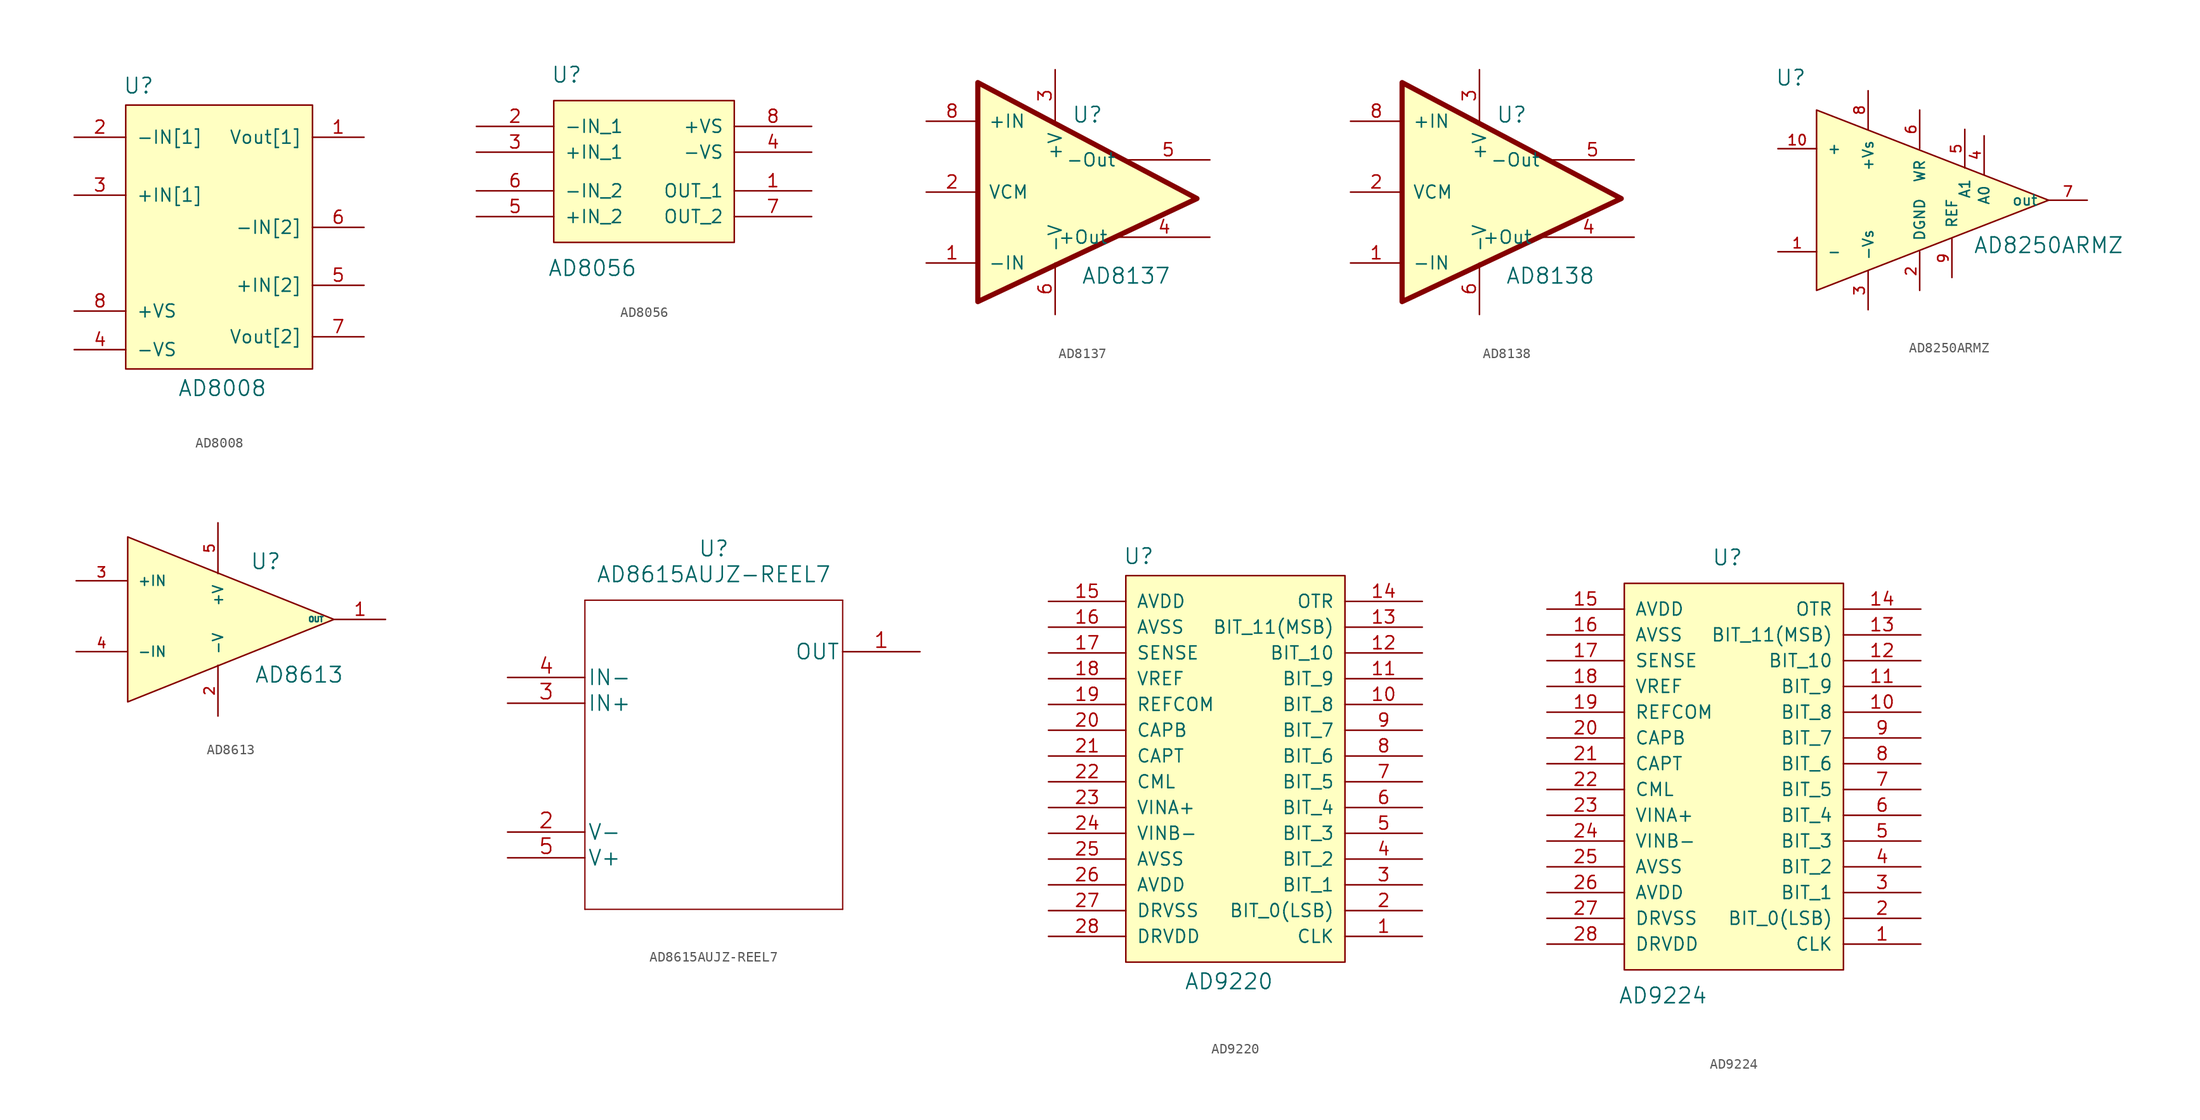
<source format=kicad_sym>
(kicad_symbol_lib
  (version 20220914)
  (generator kicad_symbol_editor)
  (symbol "AD8008"
    (pin_names
      (offset 1.016))
    (property "Reference" "U"
      (at -8.255 8.255 0)
      (effects (font (size 1.524 1.524))))
    (property "Value" "AD8008"
      (at 0 -21.59 0)
      (effects (font (size 1.524 1.524))))
    (symbol "AD8008_0_1"
      (rectangle (start -9.525 6.35) (end 8.89 -19.685) (stroke (width 0) (type solid)) (fill (type background))))
    (symbol "AD8008_1_1"
      (pin passive line (at 13.97 3.175 180) (length 5.08) (name "Vout[1]" (effects (font (size 1.27 1.27)))) (number "1" (effects (font (size 1.27 1.27)))))
      (pin passive line (at -14.605 3.175 0) (length 5.08) (name "-IN[1]" (effects (font (size 1.27 1.27)))) (number "2" (effects (font (size 1.27 1.27)))))
      (pin passive line (at -14.605 -2.54 0) (length 5.08) (name "+IN[1]" (effects (font (size 1.27 1.27)))) (number "3" (effects (font (size 1.27 1.27)))))
      (pin passive line (at -14.605 -17.78 0) (length 5.08) (name "-VS" (effects (font (size 1.27 1.27)))) (number "4" (effects (font (size 1.27 1.27)))))
      (pin passive line (at 13.97 -11.43 180) (length 5.08) (name "+IN[2]" (effects (font (size 1.27 1.27)))) (number "5" (effects (font (size 1.27 1.27)))))
      (pin passive line (at 13.97 -5.715 180) (length 5.08) (name "-IN[2]" (effects (font (size 1.27 1.27)))) (number "6" (effects (font (size 1.27 1.27)))))
      (pin passive line (at 13.97 -16.51 180) (length 5.08) (name "Vout[2]" (effects (font (size 1.27 1.27)))) (number "7" (effects (font (size 1.27 1.27)))))
      (pin passive line (at -14.605 -13.97 0) (length 5.08) (name "+VS" (effects (font (size 1.27 1.27)))) (number "8" (effects (font (size 1.27 1.27)))))))
  (symbol "AD8056"
    (pin_names
      (offset 1.016))
    (property "Reference" "U"
      (at -7.62 10.16 0)
      (effects (font (size 1.524 1.524))))
    (property "Value" "AD8056"
      (at -5.08 -8.89 0)
      (effects (font (size 1.524 1.524))))
    (property "Footprint" ""
      (at -2.54 -3.81 0)
      (effects (font (size 1.524 1.524))))
    (property "Datasheet" ""
      (at -2.54 -3.81 0)
      (effects (font (size 1.524 1.524))))
    (symbol "AD8056_0_1"
      (rectangle (start -8.89 7.62) (end 8.89 -6.35) (stroke (width 0) (type solid)) (fill (type background))))
    (symbol "AD8056_1_1"
      (pin input line (at 16.51 -1.27 180) (length 7.62) (name "OUT_1" (effects (font (size 1.27 1.27)))) (number "1" (effects (font (size 1.27 1.27)))))
      (pin input line (at -16.51 5.08 0) (length 7.62) (name "-IN_1" (effects (font (size 1.27 1.27)))) (number "2" (effects (font (size 1.27 1.27)))))
      (pin input line (at -16.51 2.54 0) (length 7.62) (name "+IN_1" (effects (font (size 1.27 1.27)))) (number "3" (effects (font (size 1.27 1.27)))))
      (pin power_out line (at 16.51 2.54 180) (length 7.62) (name "-VS" (effects (font (size 1.27 1.27)))) (number "4" (effects (font (size 1.27 1.27)))))
      (pin input line (at -16.51 -3.81 0) (length 7.62) (name "+IN_2" (effects (font (size 1.27 1.27)))) (number "5" (effects (font (size 1.27 1.27)))))
      (pin input line (at -16.51 -1.27 0) (length 7.62) (name "-IN_2" (effects (font (size 1.27 1.27)))) (number "6" (effects (font (size 1.27 1.27)))))
      (pin input line (at 16.51 -3.81 180) (length 7.62) (name "OUT_2" (effects (font (size 1.27 1.27)))) (number "7" (effects (font (size 1.27 1.27)))))
      (pin power_out line (at 16.51 5.08 180) (length 7.62) (name "+VS" (effects (font (size 1.27 1.27)))) (number "8" (effects (font (size 1.27 1.27)))))))
  (symbol "AD8137"
    (pin_names
      (offset 1.016))
    (property "Reference" "U"
      (at 3.175 8.255 0)
      (effects (font (size 1.524 1.524))))
    (property "Value" "AD8137"
      (at 6.985 -7.62 0)
      (effects (font (size 1.524 1.524))))
    (property "Footprint" ""
      (at -1.27 -6.35 0)
      (effects (font (size 1.524 1.524))))
    (property "Datasheet" ""
      (at -1.27 -6.35 0)
      (effects (font (size 1.524 1.524))))
    (symbol "AD8137_0_1"
      (polyline (pts (xy 13.97 0) (xy -7.62 11.43) (xy -7.62 -10.16) (xy 13.97 0)) (stroke (width 0.508) (type solid)) (fill (type background))))
    (symbol "AD8137_1_1"
      (pin input line (at -12.7 -6.35 0) (length 5.08) (name "-IN" (effects (font (size 1.27 1.27)))) (number "1" (effects (font (size 1.27 1.27)))))
      (pin input line (at -12.7 0.635 0) (length 5.08) (name "VCM" (effects (font (size 1.27 1.27)))) (number "2" (effects (font (size 1.27 1.27)))))
      (pin input line (at 0 12.7 270) (length 5.08) (name "+V" (effects (font (size 1.27 1.27)))) (number "3" (effects (font (size 1.27 1.27)))))
      (pin input line (at 15.24 -3.81 180) (length 8.992) (name "+Out" (effects (font (size 1.27 1.27)))) (number "4" (effects (font (size 1.27 1.27)))))
      (pin input line (at 15.24 3.81 180) (length 8.204) (name "-Out" (effects (font (size 1.27 1.27)))) (number "5" (effects (font (size 1.27 1.27)))))
      (pin input line (at 0 -11.43 90) (length 5.08) (name "-V" (effects (font (size 1.27 1.27)))) (number "6" (effects (font (size 1.27 1.27)))))
      (pin no_connect line (at 18.415 0 180) (length 5.08) hide (name "NC" (effects (font (size 1.27 1.27)))) (number "7" (effects (font (size 1.27 1.27)))))
      (pin input line (at -12.7 7.62 0) (length 5.08) (name "+IN" (effects (font (size 1.27 1.27)))) (number "8" (effects (font (size 1.27 1.27)))))))
  (symbol "AD8138"
    (pin_names
      (offset 1.016))
    (property "Reference" "U"
      (at 3.175 8.255 0)
      (effects (font (size 1.524 1.524))))
    (property "Value" "AD8138"
      (at 6.985 -7.62 0)
      (effects (font (size 1.524 1.524))))
    (property "Footprint" ""
      (at -1.27 -6.35 0)
      (effects (font (size 1.524 1.524))))
    (property "Datasheet" ""
      (at -1.27 -6.35 0)
      (effects (font (size 1.524 1.524))))
    (symbol "AD8138_0_1"
      (polyline (pts (xy 13.97 0) (xy -7.62 11.43) (xy -7.62 -10.16) (xy 13.97 0)) (stroke (width 0.508) (type solid)) (fill (type background))))
    (symbol "AD8138_1_1"
      (pin input line (at -12.7 -6.35 0) (length 5.08) (name "-IN" (effects (font (size 1.27 1.27)))) (number "1" (effects (font (size 1.27 1.27)))))
      (pin input line (at -12.7 0.635 0) (length 5.08) (name "VCM" (effects (font (size 1.27 1.27)))) (number "2" (effects (font (size 1.27 1.27)))))
      (pin input line (at 0 12.7 270) (length 5.08) (name "+V" (effects (font (size 1.27 1.27)))) (number "3" (effects (font (size 1.27 1.27)))))
      (pin input line (at 15.24 -3.81 180) (length 8.992) (name "+Out" (effects (font (size 1.27 1.27)))) (number "4" (effects (font (size 1.27 1.27)))))
      (pin input line (at 15.24 3.81 180) (length 8.204) (name "-Out" (effects (font (size 1.27 1.27)))) (number "5" (effects (font (size 1.27 1.27)))))
      (pin input line (at 0 -11.43 90) (length 5.08) (name "-V" (effects (font (size 1.27 1.27)))) (number "6" (effects (font (size 1.27 1.27)))))
      (pin no_connect line (at 18.415 0 180) (length 5.08) hide (name "NC" (effects (font (size 1.27 1.27)))) (number "7" (effects (font (size 1.27 1.27)))))
      (pin input line (at -12.7 7.62 0) (length 5.08) (name "+IN" (effects (font (size 1.27 1.27)))) (number "8" (effects (font (size 1.27 1.27)))))))
  (symbol "AD8250ARMZ"
    (pin_names
      (offset 1.016))
    (property "Reference" "U"
      (at -7.62 12.065 0)
      (effects (font (size 1.524 1.524))))
    (property "Value" "AD8250ARMZ"
      (at 17.78 -4.445 0)
      (effects (font (size 1.524 1.524))))
    (property "Footprint" ""
      (at 0 0 0)
      (effects (font (size 1.524 1.524))))
    (property "Datasheet" ""
      (at 0 0 0)
      (effects (font (size 1.524 1.524))))
    (symbol "AD8250ARMZ_0_1"
      (polyline (pts (xy -5.08 8.89) (xy -5.08 -8.89) (xy 17.78 0) (xy -5.08 8.89)) (stroke (width 0) (type solid)) (fill (type background)))
      (pin passive line (at -8.89 -5.08 0) (length 3.81) (name "-" (effects (font (size 1.016 1.016)))) (number "1" (effects (font (size 1.016 1.016)))))
      (pin passive line (at -8.89 5.08 0) (length 3.81) (name "+" (effects (font (size 1.016 1.016)))) (number "10" (effects (font (size 1.016 1.016)))))
      (pin passive line (at 5.08 -8.89 90) (length 3.81) (name "DGND" (effects (font (size 1.016 1.016)))) (number "2" (effects (font (size 1.016 1.016)))))
      (pin passive line (at 0 -10.795 90) (length 3.81) (name "-Vs" (effects (font (size 1.016 1.016)))) (number "3" (effects (font (size 1.016 1.016)))))
      (pin passive line (at 11.43 6.35 270) (length 3.81) (name "A0" (effects (font (size 1.016 1.016)))) (number "4" (effects (font (size 1.016 1.016)))))
      (pin passive line (at 9.525 6.985 270) (length 3.81) (name "A1" (effects (font (size 1.016 1.016)))) (number "5" (effects (font (size 1.016 1.016)))))
      (pin passive line (at 5.08 8.89 270) (length 3.81) (name "WR" (effects (font (size 1.016 1.016)))) (number "6" (effects (font (size 1.016 1.016)))))
      (pin power_out line (at 21.59 0 180) (length 3.81) (name "out" (effects (font (size 1.016 1.016)))) (number "7" (effects (font (size 1.016 1.016)))))
      (pin passive line (at 0 10.795 270) (length 3.81) (name "+Vs" (effects (font (size 1.016 1.016)))) (number "8" (effects (font (size 1.016 1.016)))))
      (pin power_in line (at 8.255 -7.62 90) (length 3.81) (name "REF" (effects (font (size 1.016 1.016)))) (number "9" (effects (font (size 1.016 1.016)))))))
  (symbol "AD8613"
    (pin_names
      (offset 1.016))
    (property "Reference" "U"
      (at 4.699 5.715 0)
      (effects (font (size 1.524 1.524))))
    (property "Value" "AD8613"
      (at 8.001 -5.461 0)
      (effects (font (size 1.524 1.524))))
    (property "Footprint" ""
      (at -2.54 -3.175 0)
      (effects (font (size 1.524 1.524))))
    (property "Datasheet" ""
      (at -2.54 -3.175 0)
      (effects (font (size 1.524 1.524))))
    (symbol "AD8613_0_1"
      (polyline (pts (xy -8.89 8.128) (xy -8.89 -8.128) (xy 11.43 0) (xy -8.89 8.128)) (stroke (width 0) (type solid)) (fill (type background))))
    (symbol "AD8613_1_1"
      (pin input line (at 16.51 0 180) (length 5.004) (name "OUT" (effects (font (size 0.508 0.508)))) (number "1" (effects (font (size 1.27 1.27)))))
      (pin power_in line (at 0 -9.525 90) (length 5.004) (name "-V" (effects (font (size 0.991 0.991)))) (number "2" (effects (font (size 0.991 0.991)))))
      (pin input line (at -13.97 3.81 0) (length 5.004) (name "+IN" (effects (font (size 0.991 0.991)))) (number "3" (effects (font (size 0.991 0.991)))))
      (pin input line (at -13.97 -3.175 0) (length 5.004) (name "-IN" (effects (font (size 0.991 0.991)))) (number "4" (effects (font (size 0.991 0.991)))))
      (pin passive line (at 0 9.525 270) (length 5.004) (name "+V" (effects (font (size 0.991 0.991)))) (number "5" (effects (font (size 0.991 0.991)))))))
  (symbol "AD8615AUJZ-REEL7"
    (pin_names
      (offset 0.254))
    (property "Reference" "U"
      (at 20.32 12.7 0)
      (effects (font (size 1.524 1.524))))
    (property "Value" "AD8615AUJZ-REEL7"
      (at 20.32 10.16 0)
      (effects (font (size 1.524 1.524))))
    (property "Datasheet" ""
      (at 0 0 0)
      (effects (font (size 1.524 1.524))))
    (property "ki_locked" ""
      (at 0 0 0)
      (effects (font (size 1.27 1.27))))
    (symbol "AD8615AUJZ-REEL7_1_1"
      (polyline (pts (xy 7.62 -22.86) (xy 33.02 -22.86)) (stroke (width 0.127) (type solid)) (fill (type none)))
      (polyline (pts (xy 7.62 7.62) (xy 7.62 -22.86)) (stroke (width 0.127) (type solid)) (fill (type none)))
      (polyline (pts (xy 33.02 -22.86) (xy 33.02 7.62)) (stroke (width 0.127) (type solid)) (fill (type none)))
      (polyline (pts (xy 33.02 7.62) (xy 7.62 7.62)) (stroke (width 0.127) (type solid)) (fill (type none)))
      (pin output line (at 40.64 2.54 180) (length 7.62) (name "OUT" (effects (font (size 1.499 1.499)))) (number "1" (effects (font (size 1.499 1.499)))))
      (pin power_in line (at 0 -15.24 0) (length 7.62) (name "V-" (effects (font (size 1.499 1.499)))) (number "2" (effects (font (size 1.499 1.499)))))
      (pin input line (at 0 -2.54 0) (length 7.62) (name "IN+" (effects (font (size 1.499 1.499)))) (number "3" (effects (font (size 1.499 1.499)))))
      (pin input line (at 0 0 0) (length 7.62) (name "IN-" (effects (font (size 1.499 1.499)))) (number "4" (effects (font (size 1.499 1.499)))))
      (pin power_in line (at 0 -17.78 0) (length 7.62) (name "V+" (effects (font (size 1.499 1.499)))) (number "5" (effects (font (size 1.499 1.499)))))))
  (symbol "AD9220"
    (pin_names
      (offset 1.016))
    (property "Reference" "U"
      (at -8.89 29.845 0)
      (effects (font (size 1.524 1.524))))
    (property "Value" "AD9220"
      (at 0 -12.065 0)
      (effects (font (size 1.524 1.524))))
    (property "Footprint" ""
      (at 2.54 -1.27 0)
      (effects (font (size 1.524 1.524))))
    (property "Datasheet" ""
      (at 2.54 -1.27 0)
      (effects (font (size 1.524 1.524))))
    (symbol "AD9220_0_1"
      (rectangle (start -10.16 27.94) (end 11.43 -10.16) (stroke (width 0) (type solid)) (fill (type background))))
    (symbol "AD9220_1_1"
      (pin input line (at 19.05 -7.62 180) (length 7.62) (name "CLK" (effects (font (size 1.27 1.27)))) (number "1" (effects (font (size 1.27 1.27)))))
      (pin input line (at 19.05 15.24 180) (length 7.62) (name "BIT_8" (effects (font (size 1.27 1.27)))) (number "10" (effects (font (size 1.27 1.27)))))
      (pin input line (at 19.05 17.78 180) (length 7.62) (name "BIT_9" (effects (font (size 1.27 1.27)))) (number "11" (effects (font (size 1.27 1.27)))))
      (pin input line (at 19.05 20.32 180) (length 7.62) (name "BIT_10" (effects (font (size 1.27 1.27)))) (number "12" (effects (font (size 1.27 1.27)))))
      (pin input line (at 19.05 22.86 180) (length 7.62) (name "BIT_11(MSB)" (effects (font (size 1.27 1.27)))) (number "13" (effects (font (size 1.27 1.27)))))
      (pin input line (at 19.05 25.4 180) (length 7.62) (name "OTR" (effects (font (size 1.27 1.27)))) (number "14" (effects (font (size 1.27 1.27)))))
      (pin passive line (at -17.78 25.4 0) (length 7.62) (name "AVDD" (effects (font (size 1.27 1.27)))) (number "15" (effects (font (size 1.27 1.27)))))
      (pin passive line (at -17.78 22.86 0) (length 7.62) (name "AVSS" (effects (font (size 1.27 1.27)))) (number "16" (effects (font (size 1.27 1.27)))))
      (pin input line (at -17.78 20.32 0) (length 7.62) (name "SENSE" (effects (font (size 1.27 1.27)))) (number "17" (effects (font (size 1.27 1.27)))))
      (pin input line (at -17.78 17.78 0) (length 7.62) (name "VREF" (effects (font (size 1.27 1.27)))) (number "18" (effects (font (size 1.27 1.27)))))
      (pin input line (at -17.78 15.24 0) (length 7.62) (name "REFCOM" (effects (font (size 1.27 1.27)))) (number "19" (effects (font (size 1.27 1.27)))))
      (pin input line (at 19.05 -5.08 180) (length 7.62) (name "BIT_0(LSB)" (effects (font (size 1.27 1.27)))) (number "2" (effects (font (size 1.27 1.27)))))
      (pin input line (at -17.78 12.7 0) (length 7.62) (name "CAPB" (effects (font (size 1.27 1.27)))) (number "20" (effects (font (size 1.27 1.27)))))
      (pin input line (at -17.78 10.16 0) (length 7.62) (name "CAPT" (effects (font (size 1.27 1.27)))) (number "21" (effects (font (size 1.27 1.27)))))
      (pin input line (at -17.78 7.62 0) (length 7.62) (name "CML" (effects (font (size 1.27 1.27)))) (number "22" (effects (font (size 1.27 1.27)))))
      (pin input line (at -17.78 5.08 0) (length 7.62) (name "VINA+" (effects (font (size 1.27 1.27)))) (number "23" (effects (font (size 1.27 1.27)))))
      (pin input line (at -17.78 2.54 0) (length 7.62) (name "VINB-" (effects (font (size 1.27 1.27)))) (number "24" (effects (font (size 1.27 1.27)))))
      (pin passive line (at -17.78 0 0) (length 7.62) (name "AVSS" (effects (font (size 1.27 1.27)))) (number "25" (effects (font (size 1.27 1.27)))))
      (pin passive line (at -17.78 -2.54 0) (length 7.62) (name "AVDD" (effects (font (size 1.27 1.27)))) (number "26" (effects (font (size 1.27 1.27)))))
      (pin passive line (at -17.78 -5.08 0) (length 7.62) (name "DRVSS" (effects (font (size 1.27 1.27)))) (number "27" (effects (font (size 1.27 1.27)))))
      (pin passive line (at -17.78 -7.62 0) (length 7.62) (name "DRVDD" (effects (font (size 1.27 1.27)))) (number "28" (effects (font (size 1.27 1.27)))))
      (pin input line (at 19.05 -2.54 180) (length 7.62) (name "BIT_1" (effects (font (size 1.27 1.27)))) (number "3" (effects (font (size 1.27 1.27)))))
      (pin input line (at 19.05 0 180) (length 7.62) (name "BIT_2" (effects (font (size 1.27 1.27)))) (number "4" (effects (font (size 1.27 1.27)))))
      (pin input line (at 19.05 2.54 180) (length 7.62) (name "BIT_3" (effects (font (size 1.27 1.27)))) (number "5" (effects (font (size 1.27 1.27)))))
      (pin input line (at 19.05 5.08 180) (length 7.62) (name "BIT_4" (effects (font (size 1.27 1.27)))) (number "6" (effects (font (size 1.27 1.27)))))
      (pin input line (at 19.05 7.62 180) (length 7.62) (name "BIT_5" (effects (font (size 1.27 1.27)))) (number "7" (effects (font (size 1.27 1.27)))))
      (pin input line (at 19.05 10.16 180) (length 7.62) (name "BIT_6" (effects (font (size 1.27 1.27)))) (number "8" (effects (font (size 1.27 1.27)))))
      (pin input line (at 19.05 12.7 180) (length 7.62) (name "BIT_7" (effects (font (size 1.27 1.27)))) (number "9" (effects (font (size 1.27 1.27)))))))
  (symbol "AD9224"
    (pin_names
      (offset 1.016))
    (property "Reference" "U"
      (at 0 30.48 0)
      (effects (font (size 1.524 1.524))))
    (property "Value" "AD9224"
      (at -6.35 -12.7 0)
      (effects (font (size 1.524 1.524))))
    (property "Footprint" ""
      (at 2.54 -1.27 0)
      (effects (font (size 1.524 1.524))))
    (property "Datasheet" ""
      (at 2.54 -1.27 0)
      (effects (font (size 1.524 1.524))))
    (symbol "AD9224_0_1"
      (rectangle (start -10.16 27.94) (end 11.43 -10.16) (stroke (width 0) (type solid)) (fill (type background))))
    (symbol "AD9224_1_1"
      (pin input line (at 19.05 -7.62 180) (length 7.62) (name "CLK" (effects (font (size 1.27 1.27)))) (number "1" (effects (font (size 1.27 1.27)))))
      (pin input line (at 19.05 15.24 180) (length 7.62) (name "BIT_8" (effects (font (size 1.27 1.27)))) (number "10" (effects (font (size 1.27 1.27)))))
      (pin input line (at 19.05 17.78 180) (length 7.62) (name "BIT_9" (effects (font (size 1.27 1.27)))) (number "11" (effects (font (size 1.27 1.27)))))
      (pin input line (at 19.05 20.32 180) (length 7.62) (name "BIT_10" (effects (font (size 1.27 1.27)))) (number "12" (effects (font (size 1.27 1.27)))))
      (pin input line (at 19.05 22.86 180) (length 7.62) (name "BIT_11(MSB)" (effects (font (size 1.27 1.27)))) (number "13" (effects (font (size 1.27 1.27)))))
      (pin input line (at 19.05 25.4 180) (length 7.62) (name "OTR" (effects (font (size 1.27 1.27)))) (number "14" (effects (font (size 1.27 1.27)))))
      (pin passive line (at -17.78 25.4 0) (length 7.62) (name "AVDD" (effects (font (size 1.27 1.27)))) (number "15" (effects (font (size 1.27 1.27)))))
      (pin passive line (at -17.78 22.86 0) (length 7.62) (name "AVSS" (effects (font (size 1.27 1.27)))) (number "16" (effects (font (size 1.27 1.27)))))
      (pin input line (at -17.78 20.32 0) (length 7.62) (name "SENSE" (effects (font (size 1.27 1.27)))) (number "17" (effects (font (size 1.27 1.27)))))
      (pin input line (at -17.78 17.78 0) (length 7.62) (name "VREF" (effects (font (size 1.27 1.27)))) (number "18" (effects (font (size 1.27 1.27)))))
      (pin input line (at -17.78 15.24 0) (length 7.62) (name "REFCOM" (effects (font (size 1.27 1.27)))) (number "19" (effects (font (size 1.27 1.27)))))
      (pin input line (at 19.05 -5.08 180) (length 7.62) (name "BIT_0(LSB)" (effects (font (size 1.27 1.27)))) (number "2" (effects (font (size 1.27 1.27)))))
      (pin input line (at -17.78 12.7 0) (length 7.62) (name "CAPB" (effects (font (size 1.27 1.27)))) (number "20" (effects (font (size 1.27 1.27)))))
      (pin input line (at -17.78 10.16 0) (length 7.62) (name "CAPT" (effects (font (size 1.27 1.27)))) (number "21" (effects (font (size 1.27 1.27)))))
      (pin input line (at -17.78 7.62 0) (length 7.62) (name "CML" (effects (font (size 1.27 1.27)))) (number "22" (effects (font (size 1.27 1.27)))))
      (pin input line (at -17.78 5.08 0) (length 7.62) (name "VINA+" (effects (font (size 1.27 1.27)))) (number "23" (effects (font (size 1.27 1.27)))))
      (pin input line (at -17.78 2.54 0) (length 7.62) (name "VINB-" (effects (font (size 1.27 1.27)))) (number "24" (effects (font (size 1.27 1.27)))))
      (pin passive line (at -17.78 0 0) (length 7.62) (name "AVSS" (effects (font (size 1.27 1.27)))) (number "25" (effects (font (size 1.27 1.27)))))
      (pin passive line (at -17.78 -2.54 0) (length 7.62) (name "AVDD" (effects (font (size 1.27 1.27)))) (number "26" (effects (font (size 1.27 1.27)))))
      (pin passive line (at -17.78 -5.08 0) (length 7.62) (name "DRVSS" (effects (font (size 1.27 1.27)))) (number "27" (effects (font (size 1.27 1.27)))))
      (pin passive line (at -17.78 -7.62 0) (length 7.62) (name "DRVDD" (effects (font (size 1.27 1.27)))) (number "28" (effects (font (size 1.27 1.27)))))
      (pin input line (at 19.05 -2.54 180) (length 7.62) (name "BIT_1" (effects (font (size 1.27 1.27)))) (number "3" (effects (font (size 1.27 1.27)))))
      (pin input line (at 19.05 0 180) (length 7.62) (name "BIT_2" (effects (font (size 1.27 1.27)))) (number "4" (effects (font (size 1.27 1.27)))))
      (pin input line (at 19.05 2.54 180) (length 7.62) (name "BIT_3" (effects (font (size 1.27 1.27)))) (number "5" (effects (font (size 1.27 1.27)))))
      (pin input line (at 19.05 5.08 180) (length 7.62) (name "BIT_4" (effects (font (size 1.27 1.27)))) (number "6" (effects (font (size 1.27 1.27)))))
      (pin input line (at 19.05 7.62 180) (length 7.62) (name "BIT_5" (effects (font (size 1.27 1.27)))) (number "7" (effects (font (size 1.27 1.27)))))
      (pin input line (at 19.05 10.16 180) (length 7.62) (name "BIT_6" (effects (font (size 1.27 1.27)))) (number "8" (effects (font (size 1.27 1.27)))))
      (pin input line (at 19.05 12.7 180) (length 7.62) (name "BIT_7" (effects (font (size 1.27 1.27)))) (number "9" (effects (font (size 1.27 1.27))))))))
</source>
